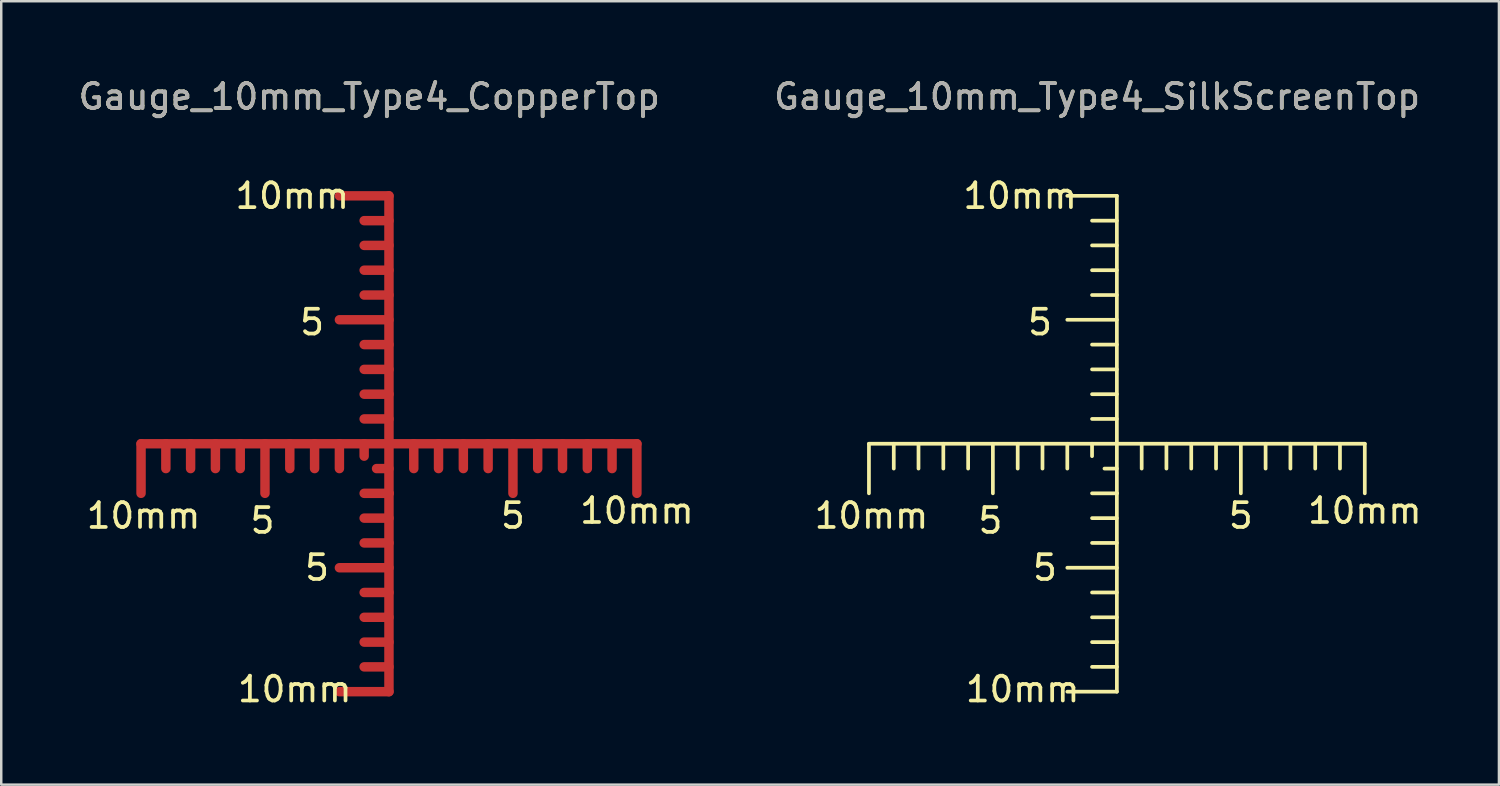
<source format=kicad_pcb>
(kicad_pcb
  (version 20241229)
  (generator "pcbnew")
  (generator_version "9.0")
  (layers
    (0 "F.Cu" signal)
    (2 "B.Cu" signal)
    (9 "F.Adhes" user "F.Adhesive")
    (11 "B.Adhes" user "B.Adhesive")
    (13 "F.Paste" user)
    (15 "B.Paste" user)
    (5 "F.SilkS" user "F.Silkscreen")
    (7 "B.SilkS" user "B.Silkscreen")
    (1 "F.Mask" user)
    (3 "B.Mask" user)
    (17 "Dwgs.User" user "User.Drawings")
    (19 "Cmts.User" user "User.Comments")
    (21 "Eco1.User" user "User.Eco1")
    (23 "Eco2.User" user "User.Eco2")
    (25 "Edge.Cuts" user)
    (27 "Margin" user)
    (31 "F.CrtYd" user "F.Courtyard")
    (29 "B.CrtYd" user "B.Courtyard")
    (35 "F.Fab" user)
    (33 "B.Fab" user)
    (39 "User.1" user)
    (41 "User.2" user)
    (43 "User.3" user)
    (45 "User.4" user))
  (footprint "Gauge_10mm_Type4_SilkScreenTop"
    (layer "F.Cu")
    (at 41.999 14.849)
    (property "Reference" "Gauge_10mm_Type4_SilkScreenTop" (at -0.8 -14 0) (layer "F.SilkS") (effects (font (size 1 1) (thickness 0.15))))
    (attr exclude_from_pos_files exclude_from_bom)
    (fp_line (start -10 0) (end -10 1.999) (stroke (width 0.15) (type solid)) (layer "F.SilkS"))
    (fp_line (start -8.999 0) (end -8.999 1.001) (stroke (width 0.15) (type solid)) (layer "F.SilkS"))
    (fp_line (start -8.001 0) (end -8.001 1.001) (stroke (width 0.15) (type solid)) (layer "F.SilkS"))
    (fp_line (start -7 0) (end -7 1.001) (stroke (width 0.15) (type solid)) (layer "F.SilkS"))
    (fp_line (start -5.999 0) (end -5.999 1.001) (stroke (width 0.15) (type solid)) (layer "F.SilkS"))
    (fp_line (start -5.001 0) (end -5.001 1.999) (stroke (width 0.15) (type solid)) (layer "F.SilkS"))
    (fp_line (start -4 0) (end -4 1.001) (stroke (width 0.15) (type solid)) (layer "F.SilkS"))
    (fp_line (start -3 0) (end -3 1.001) (stroke (width 0.15) (type solid)) (layer "F.SilkS"))
    (fp_line (start -1.999 0) (end -1.999 1.001) (stroke (width 0.15) (type solid)) (layer "F.SilkS"))
    (fp_line (start -1.001 0) (end -1.001 0.5) (stroke (width 0.15) (type solid)) (layer "F.SilkS"))
    (fp_line (start 0 -10) (end -1.999 -10) (stroke (width 0.15) (type solid)) (layer "F.SilkS"))
    (fp_line (start 0 -8.999) (end -1.001 -8.999) (stroke (width 0.15) (type solid)) (layer "F.SilkS"))
    (fp_line (start 0 -8.001) (end -1.001 -8.001) (stroke (width 0.15) (type solid)) (layer "F.SilkS"))
    (fp_line (start 0 -7) (end -1.001 -7) (stroke (width 0.15) (type solid)) (layer "F.SilkS"))
    (fp_line (start 0 -5.999) (end -1.001 -5.999) (stroke (width 0.15) (type solid)) (layer "F.SilkS"))
    (fp_line (start 0 -5.001) (end -1.999 -5.001) (stroke (width 0.15) (type solid)) (layer "F.SilkS"))
    (fp_line (start 0 -4) (end -1.001 -4) (stroke (width 0.15) (type solid)) (layer "F.SilkS"))
    (fp_line (start 0 -3) (end -1.001 -3) (stroke (width 0.15) (type solid)) (layer "F.SilkS"))
    (fp_line (start 0 -1.999) (end -1.001 -1.999) (stroke (width 0.15) (type solid)) (layer "F.SilkS"))
    (fp_line (start 0 -1.001) (end -1.001 -1.001) (stroke (width 0.15) (type solid)) (layer "F.SilkS"))
    (fp_line (start 0 0) (end -10 0) (stroke (width 0.15) (type solid)) (layer "F.SilkS"))
    (fp_line (start 0 0) (end 0 -10) (stroke (width 0.15) (type solid)) (layer "F.SilkS"))
    (fp_line (start 0 0) (end 0 1.999) (stroke (width 0.15) (type solid)) (layer "F.SilkS"))
    (fp_line (start 0 0) (end 10 0) (stroke (width 0.15) (type solid)) (layer "F.SilkS"))
    (fp_line (start 0 1.001) (end -0.5 1.001) (stroke (width 0.15) (type solid)) (layer "F.SilkS"))
    (fp_line (start 0 1.999) (end -1.001 1.999) (stroke (width 0.15) (type solid)) (layer "F.SilkS"))
    (fp_line (start 0 1.999) (end 0 10) (stroke (width 0.15) (type solid)) (layer "F.SilkS"))
    (fp_line (start 0 3) (end -1.001 3) (stroke (width 0.15) (type solid)) (layer "F.SilkS"))
    (fp_line (start 0 4) (end -1.001 4) (stroke (width 0.15) (type solid)) (layer "F.SilkS"))
    (fp_line (start 0 5.001) (end -1.999 5.001) (stroke (width 0.15) (type solid)) (layer "F.SilkS"))
    (fp_line (start 0 5.999) (end -1.001 5.999) (stroke (width 0.15) (type solid)) (layer "F.SilkS"))
    (fp_line (start 0 7) (end -1.001 7) (stroke (width 0.15) (type solid)) (layer "F.SilkS"))
    (fp_line (start 0 8.001) (end -1.001 8.001) (stroke (width 0.15) (type solid)) (layer "F.SilkS"))
    (fp_line (start 0 8.999) (end -1.001 8.999) (stroke (width 0.15) (type solid)) (layer "F.SilkS"))
    (fp_line (start 0 10) (end -1.999 10) (stroke (width 0.15) (type solid)) (layer "F.SilkS"))
    (fp_line (start 1.001 0) (end 1.001 1.001) (stroke (width 0.15) (type solid)) (layer "F.SilkS"))
    (fp_line (start 1.999 0) (end 1.999 1.001) (stroke (width 0.15) (type solid)) (layer "F.SilkS"))
    (fp_line (start 3 0) (end 3 1.001) (stroke (width 0.15) (type solid)) (layer "F.SilkS"))
    (fp_line (start 4 0) (end 4 1.001) (stroke (width 0.15) (type solid)) (layer "F.SilkS"))
    (fp_line (start 5.001 0) (end 5.001 1.999) (stroke (width 0.15) (type solid)) (layer "F.SilkS"))
    (fp_line (start 5.999 0) (end 5.999 1.001) (stroke (width 0.15) (type solid)) (layer "F.SilkS"))
    (fp_line (start 7 0) (end 7 1.001) (stroke (width 0.15) (type solid)) (layer "F.SilkS"))
    (fp_line (start 8.001 0) (end 8.001 1.001) (stroke (width 0.15) (type solid)) (layer "F.SilkS"))
    (fp_line (start 8.999 0) (end 8.999 1.001) (stroke (width 0.15) (type solid)) (layer "F.SilkS"))
    (fp_line (start 10 0) (end 10 1.999) (stroke (width 0.15) (type solid)) (layer "F.SilkS"))
    (fp_text user "5" (at -3.101 -4.9 0) (layer "F.SilkS") (effects (font (size 1 1) (thickness 0.15))))
    (fp_text user "5" (at -2.901 4.999 0) (layer "F.SilkS") (effects (font (size 1 1) (thickness 0.15))))
    (fp_text user "10mm" (at -9.898 2.901 0) (layer "F.SilkS") (effects (font (size 1 1) (thickness 0.15))))
    (fp_text user "5" (at -5.1 3.099 0) (layer "F.SilkS") (effects (font (size 1 1) (thickness 0.15))))
    (fp_text user "10mm" (at 10 2.7 0) (layer "F.SilkS") (effects (font (size 1 1) (thickness 0.15))))
    (fp_text user "5" (at 4.999 2.901 0) (layer "F.SilkS") (effects (font (size 1 1) (thickness 0.15))))
    (fp_text user "10mm" (at -3.8 9.901 0) (layer "F.SilkS") (effects (font (size 1 1) (thickness 0.15))))
    (fp_text user "10mm" (at -3.901 -10 0) (layer "F.SilkS") (effects (font (size 1 1) (thickness 0.15))))
    (fp_text user "${REFERENCE}" (at -0.8 -14 0) (layer "F.Fab") (effects (font (size 1 1) (thickness 0.15)))))
  (footprint "Gauge_10mm_Type4_CopperTop"
    (layer "F.Cu")
    (at 12.639 14.849)
    (property "Reference" "Gauge_10mm_Type4_CopperTop" (at -0.8 -14 0) (layer "F.SilkS") (effects (font (size 1 1) (thickness 0.15))))
    (attr exclude_from_pos_files exclude_from_bom)
    (fp_line (start -10 0) (end -10 1.999) (stroke (width 0.381) (type solid)) (layer "F.Cu"))
    (fp_line (start -8.999 0) (end -8.999 1.001) (stroke (width 0.381) (type solid)) (layer "F.Cu"))
    (fp_line (start -8.001 0) (end -8.001 1.001) (stroke (width 0.381) (type solid)) (layer "F.Cu"))
    (fp_line (start -7 0) (end -7 1.001) (stroke (width 0.381) (type solid)) (layer "F.Cu"))
    (fp_line (start -5.999 0) (end -5.999 1.001) (stroke (width 0.381) (type solid)) (layer "F.Cu"))
    (fp_line (start -5.001 0) (end -5.001 1.999) (stroke (width 0.381) (type solid)) (layer "F.Cu"))
    (fp_line (start -4 0) (end -4 1.001) (stroke (width 0.381) (type solid)) (layer "F.Cu"))
    (fp_line (start -3 0) (end -3 1.001) (stroke (width 0.381) (type solid)) (layer "F.Cu"))
    (fp_line (start -1.999 0) (end -1.999 1.001) (stroke (width 0.381) (type solid)) (layer "F.Cu"))
    (fp_line (start -1.001 0) (end -1.001 0.5) (stroke (width 0.381) (type solid)) (layer "F.Cu"))
    (fp_line (start 0 -10) (end -1.999 -10) (stroke (width 0.381) (type solid)) (layer "F.Cu"))
    (fp_line (start 0 -8.999) (end -1.001 -8.999) (stroke (width 0.381) (type solid)) (layer "F.Cu"))
    (fp_line (start 0 -8.001) (end -1.001 -8.001) (stroke (width 0.381) (type solid)) (layer "F.Cu"))
    (fp_line (start 0 -7) (end -1.001 -7) (stroke (width 0.381) (type solid)) (layer "F.Cu"))
    (fp_line (start 0 -5.999) (end -1.001 -5.999) (stroke (width 0.381) (type solid)) (layer "F.Cu"))
    (fp_line (start 0 -5.001) (end -1.999 -5.001) (stroke (width 0.381) (type solid)) (layer "F.Cu"))
    (fp_line (start 0 -4) (end -1.001 -4) (stroke (width 0.381) (type solid)) (layer "F.Cu"))
    (fp_line (start 0 -3) (end -1.001 -3) (stroke (width 0.381) (type solid)) (layer "F.Cu"))
    (fp_line (start 0 -1.999) (end -1.001 -1.999) (stroke (width 0.381) (type solid)) (layer "F.Cu"))
    (fp_line (start 0 -1.001) (end -1.001 -1.001) (stroke (width 0.381) (type solid)) (layer "F.Cu"))
    (fp_line (start 0 0) (end -10 0) (stroke (width 0.381) (type solid)) (layer "F.Cu"))
    (fp_line (start 0 0) (end 0 -10) (stroke (width 0.381) (type solid)) (layer "F.Cu"))
    (fp_line (start 0 0) (end 0 1.999) (stroke (width 0.381) (type solid)) (layer "F.Cu"))
    (fp_line (start 0 0) (end 10 0) (stroke (width 0.381) (type solid)) (layer "F.Cu"))
    (fp_line (start 0 1.001) (end -0.5 1.001) (stroke (width 0.381) (type solid)) (layer "F.Cu"))
    (fp_line (start 0 1.999) (end -1.001 1.999) (stroke (width 0.381) (type solid)) (layer "F.Cu"))
    (fp_line (start 0 1.999) (end 0 10) (stroke (width 0.381) (type solid)) (layer "F.Cu"))
    (fp_line (start 0 3) (end -1.001 3) (stroke (width 0.381) (type solid)) (layer "F.Cu"))
    (fp_line (start 0 4) (end -1.001 4) (stroke (width 0.381) (type solid)) (layer "F.Cu"))
    (fp_line (start 0 5.001) (end -1.999 5.001) (stroke (width 0.381) (type solid)) (layer "F.Cu"))
    (fp_line (start 0 5.999) (end -1.001 5.999) (stroke (width 0.381) (type solid)) (layer "F.Cu"))
    (fp_line (start 0 7) (end -1.001 7) (stroke (width 0.381) (type solid)) (layer "F.Cu"))
    (fp_line (start 0 8.001) (end -1.001 8.001) (stroke (width 0.381) (type solid)) (layer "F.Cu"))
    (fp_line (start 0 8.999) (end -1.001 8.999) (stroke (width 0.381) (type solid)) (layer "F.Cu"))
    (fp_line (start 0 10) (end -1.999 10) (stroke (width 0.381) (type solid)) (layer "F.Cu"))
    (fp_line (start 1.001 0) (end 1.001 1.001) (stroke (width 0.381) (type solid)) (layer "F.Cu"))
    (fp_line (start 1.999 0) (end 1.999 1.001) (stroke (width 0.381) (type solid)) (layer "F.Cu"))
    (fp_line (start 3 0) (end 3 1.001) (stroke (width 0.381) (type solid)) (layer "F.Cu"))
    (fp_line (start 4 0) (end 4 1.001) (stroke (width 0.381) (type solid)) (layer "F.Cu"))
    (fp_line (start 5.001 0) (end 5.001 1.999) (stroke (width 0.381) (type solid)) (layer "F.Cu"))
    (fp_line (start 5.999 0) (end 5.999 1.001) (stroke (width 0.381) (type solid)) (layer "F.Cu"))
    (fp_line (start 7 0) (end 7 1.001) (stroke (width 0.381) (type solid)) (layer "F.Cu"))
    (fp_line (start 8.001 0) (end 8.001 1.001) (stroke (width 0.381) (type solid)) (layer "F.Cu"))
    (fp_line (start 8.999 0) (end 8.999 1.001) (stroke (width 0.381) (type solid)) (layer "F.Cu"))
    (fp_line (start 10 0) (end 10 1.999) (stroke (width 0.381) (type solid)) (layer "F.Cu"))
    (fp_text user "10mm" (at 10 2.7 0) (layer "F.SilkS") (effects (font (size 1 1) (thickness 0.15))))
    (fp_text user "5" (at -2.901 4.999 0) (layer "F.SilkS") (effects (font (size 1 1) (thickness 0.15))))
    (fp_text user "10mm" (at -3.901 -10 0) (layer "F.SilkS") (effects (font (size 1 1) (thickness 0.15))))
    (fp_text user "10mm" (at -3.8 9.901 0) (layer "F.SilkS") (effects (font (size 1 1) (thickness 0.15))))
    (fp_text user "5" (at -5.1 3.099 0) (layer "F.SilkS") (effects (font (size 1 1) (thickness 0.15))))
    (fp_text user "10mm" (at -9.898 2.901 0) (layer "F.SilkS") (effects (font (size 1 1) (thickness 0.15))))
    (fp_text user "5" (at -3.101 -4.9 0) (layer "F.SilkS") (effects (font (size 1 1) (thickness 0.15))))
    (fp_text user "5" (at 4.999 2.901 0) (layer "F.SilkS") (effects (font (size 1 1) (thickness 0.15))))
    (fp_text user "${REFERENCE}" (at -0.8 -14 0) (layer "F.Fab") (effects (font (size 1 1) (thickness 0.15)))))
  (gr_rect
    (start -3 -3)
    (end 57.41 28.598)
    (stroke (width 0.1) (type default))
    (fill no)
    (layer "Edge.Cuts")))
</source>
